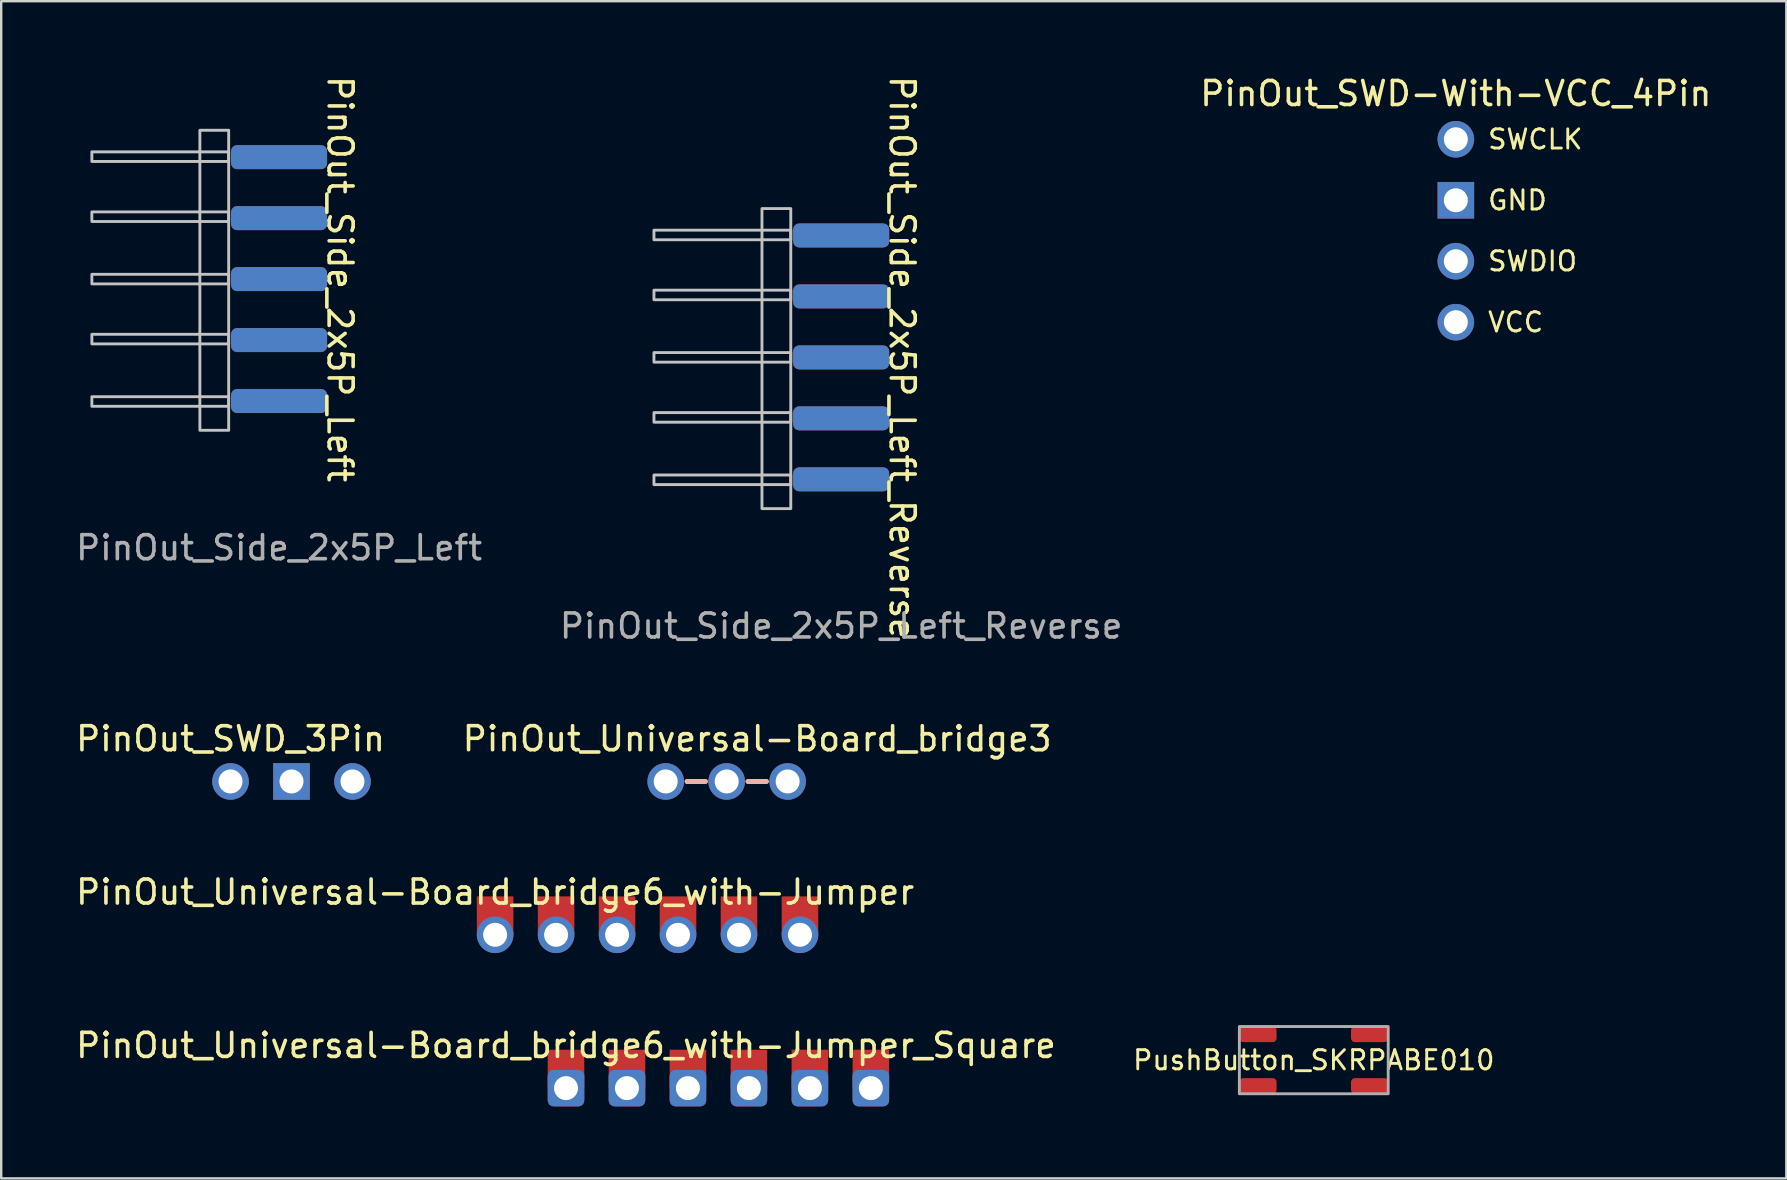
<source format=kicad_pcb>
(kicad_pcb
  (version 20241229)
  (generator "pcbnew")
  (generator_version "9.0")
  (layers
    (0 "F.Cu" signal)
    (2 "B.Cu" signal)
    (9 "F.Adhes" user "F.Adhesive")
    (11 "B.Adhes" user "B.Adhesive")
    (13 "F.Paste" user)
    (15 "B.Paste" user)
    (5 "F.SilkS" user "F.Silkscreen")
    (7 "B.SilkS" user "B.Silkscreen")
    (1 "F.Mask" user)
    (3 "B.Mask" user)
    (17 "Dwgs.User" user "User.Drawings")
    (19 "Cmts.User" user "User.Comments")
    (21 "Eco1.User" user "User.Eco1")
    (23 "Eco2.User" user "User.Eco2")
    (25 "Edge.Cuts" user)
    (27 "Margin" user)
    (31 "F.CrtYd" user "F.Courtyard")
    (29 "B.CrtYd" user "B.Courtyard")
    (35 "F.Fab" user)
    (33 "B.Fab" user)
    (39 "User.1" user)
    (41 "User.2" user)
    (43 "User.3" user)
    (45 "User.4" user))
  (footprint "PushButton_SKRPABE010"
    (layer "F.Cu")
    (at 51.683 41.116)
    (property "Reference" "PushButton_SKRPABE010" (at 0 0 0) (layer "F.SilkS") (effects (font (size 0.8 0.8) (thickness 0.12))))
    (attr smd)
    (fp_rect (start -3.1 -1.4) (end 3.1 1.4) (stroke (width 0.12) (type solid)) (fill no) (layer "F.Fab"))
    (pad "1" smd roundrect (at -2.325 -1.075) (size 1.55 0.65) (layers "F.Cu" "F.Mask" "F.Paste") (roundrect_rratio 0.25))
    (pad "1" smd roundrect (at 2.325 -1.075) (size 1.55 0.65) (layers "F.Cu" "F.Mask" "F.Paste") (roundrect_rratio 0.25))
    (pad "2" smd roundrect (at -2.325 1.075) (size 1.55 0.65) (layers "F.Cu" "F.Mask" "F.Paste") (roundrect_rratio 0.25))
    (pad "2" smd roundrect (at 2.325 1.075) (size 1.55 0.65) (layers "F.Cu" "F.Mask" "F.Paste") (roundrect_rratio 0.25)))
  (footprint "PinOut_Side_2x5P_Left"
    (layer "F.Cu")
    (at 8.577 8.577)
    (property "Reference" "PinOut_Side_2x5P_Left" (at 2.54 0 270) (unlocked yes) (layer "F.SilkS") (effects (font (size 1 1) (thickness 0.15))))
    (attr smd)
    (fp_rect (start -7.8 -5.3) (end -2.1 -4.9) (stroke (width 0.12) (type solid)) (fill no) (layer "Dwgs.User"))
    (fp_rect (start -7.8 -2.8) (end -2.1 -2.4) (stroke (width 0.12) (type solid)) (fill no) (layer "Dwgs.User"))
    (fp_rect (start -7.8 -0.2) (end -2.1 0.2) (stroke (width 0.12) (type solid)) (fill no) (layer "Dwgs.User"))
    (fp_rect (start -7.8 2.3) (end -2.1 2.7) (stroke (width 0.12) (type solid)) (fill no) (layer "Dwgs.User"))
    (fp_rect (start -7.8 4.9) (end -2.1 5.3) (stroke (width 0.12) (type solid)) (fill no) (layer "Dwgs.User"))
    (fp_rect (start -3.3 -6.2) (end -2.1 6.3) (stroke (width 0.12) (type solid)) (fill no) (layer "Dwgs.User"))
    (fp_text user "${REFERENCE}" (at 0 11.192 0) (unlocked yes) (layer "F.Fab") (effects (font (size 1 1) (thickness 0.15))))
    (pad "1" smd roundrect (at 0 -5.08) (size 4 1) (layers "B.Cu" "B.Mask" "B.Paste") (roundrect_rratio 0.25))
    (pad "2" smd roundrect (at 0 -5.08) (size 4 1) (layers "F.Cu" "F.Mask" "F.Paste") (roundrect_rratio 0.25))
    (pad "3" smd roundrect (at 0 -2.54) (size 4 1) (layers "B.Cu" "B.Mask" "B.Paste") (roundrect_rratio 0.25))
    (pad "4" smd roundrect (at 0 -2.54) (size 4 1) (layers "F.Cu" "F.Mask" "F.Paste") (roundrect_rratio 0.25))
    (pad "5" smd roundrect (at 0 0) (size 4 1) (layers "B.Cu" "B.Mask" "B.Paste") (roundrect_rratio 0.25))
    (pad "6" smd roundrect (at 0 0) (size 4 1) (layers "F.Cu" "F.Mask" "F.Paste") (roundrect_rratio 0.25))
    (pad "7" smd roundrect (at 0 2.54) (size 4 1) (layers "B.Cu" "B.Mask" "B.Paste") (roundrect_rratio 0.25))
    (pad "8" smd roundrect (at 0 2.54) (size 4 1) (layers "F.Cu" "F.Mask" "F.Paste") (roundrect_rratio 0.25))
    (pad "9" smd roundrect (at 0 5.08) (size 4 1) (layers "B.Cu" "B.Mask" "B.Paste") (roundrect_rratio 0.25))
    (pad "10" smd roundrect (at 0 5.08) (size 4 1) (layers "F.Cu" "F.Mask" "F.Paste") (roundrect_rratio 0.25)))
  (footprint "PinOut_SWD_3Pin"
    (layer "F.Cu")
    (at 6.554 29.506)
    (property "Reference" "PinOut_SWD_3Pin" (at 0 -1.778 0) (layer "F.SilkS") (effects (font (size 1 1) (thickness 0.15))))
    (attr through_hole)
    (pad "1" thru_hole circle (at 0 0) (size 1.524 1.524) (drill 1) (layers "*.Cu" "*.Mask"))
    (pad "2" thru_hole rect (at 2.54 0) (size 1.524 1.524) (drill 1) (layers "*.Cu" "*.Mask"))
    (pad "3" thru_hole circle (at 5.08 0) (size 1.524 1.524) (drill 1) (layers "*.Cu" "*.Mask")))
  (footprint "PinOut_SWD-With-VCC_4Pin"
    (layer "F.Cu")
    (at 57.601 2.753)
    (property "Reference" "PinOut_SWD-With-VCC_4Pin" (at 0 -1.905 180) (layer "F.SilkS") (effects (font (size 1 1) (thickness 0.15))))
    (attr through_hole)
    (fp_text user "SWCLK" (at 1.27 0 0) (unlocked yes) (layer "F.SilkS") (effects (font (size 0.8 0.8) (thickness 0.12)) (justify left)))
    (fp_text user "GND" (at 1.27 2.54 0) (unlocked yes) (layer "F.SilkS") (effects (font (size 0.8 0.8) (thickness 0.12)) (justify left)))
    (fp_text user "VCC" (at 1.27 7.62 0) (unlocked yes) (layer "F.SilkS") (effects (font (size 0.8 0.8) (thickness 0.12)) (justify left)))
    (fp_text user "SWDIO" (at 1.27 5.08 0) (unlocked yes) (layer "F.SilkS") (effects (font (size 0.8 0.8) (thickness 0.12)) (justify left)))
    (pad "1" thru_hole circle (at 0 0 270) (size 1.524 1.524) (drill 1) (layers "*.Cu" "*.Mask"))
    (pad "2" thru_hole rect (at 0 2.54 270) (size 1.524 1.524) (drill 1) (layers "*.Cu" "*.Mask"))
    (pad "3" thru_hole circle (at 0 5.08 270) (size 1.524 1.524) (drill 1) (layers "*.Cu" "*.Mask"))
    (pad "4" thru_hole circle (at 0 7.62 270) (size 1.524 1.524) (drill 1) (layers "*.Cu" "*.Mask")))
  (footprint "PinOut_Universal-Board_bridge6_with-Jumper_Square"
    (layer "F.Cu")
    (at 20.53 42.282)
    (property "Reference" "PinOut_Universal-Board_bridge6_with-Jumper_Square" (at 0 -1.778 0) (layer "F.SilkS") (effects (font (size 1 1) (thickness 0.15))))
    (attr through_hole)
    (pad "1" smd rect (at 0 -0.8) (size 1.524 1.6) (layers "F.Cu" "F.Mask" "F.Paste"))
    (pad "1" thru_hole roundrect (at 0 0) (size 1.524 1.524) (drill 1) (layers "*.Cu" "*.Mask") (roundrect_rratio 0.164))
    (pad "2" smd rect (at 2.54 -0.8) (size 1.524 1.6) (layers "F.Cu" "F.Mask" "F.Paste"))
    (pad "2" thru_hole roundrect (at 2.54 0) (size 1.524 1.524) (drill 1) (layers "*.Cu" "*.Mask") (roundrect_rratio 0.164))
    (pad "3" smd rect (at 5.08 -0.8) (size 1.524 1.6) (layers "F.Cu" "F.Mask" "F.Paste"))
    (pad "3" thru_hole roundrect (at 5.08 0) (size 1.524 1.524) (drill 1) (layers "*.Cu" "*.Mask") (roundrect_rratio 0.164))
    (pad "4" smd rect (at 7.62 -0.8) (size 1.524 1.6) (layers "F.Cu" "F.Mask" "F.Paste"))
    (pad "4" thru_hole roundrect (at 7.62 0) (size 1.524 1.524) (drill 1) (layers "*.Cu" "*.Mask") (roundrect_rratio 0.164))
    (pad "5" smd rect (at 10.16 -0.8) (size 1.524 1.6) (layers "F.Cu" "F.Mask" "F.Paste"))
    (pad "5" thru_hole roundrect (at 10.16 0) (size 1.524 1.524) (drill 1) (layers "*.Cu" "*.Mask") (roundrect_rratio 0.164))
    (pad "6" smd rect (at 12.7 -0.8) (size 1.524 1.6) (layers "F.Cu" "F.Mask" "F.Paste"))
    (pad "6" thru_hole roundrect (at 12.7 0) (size 1.524 1.524) (drill 1) (layers "*.Cu" "*.Mask") (roundrect_rratio 0.164)))
  (footprint "PinOut_Side_2x5P_Left_Reverse"
    (layer "F.Cu")
    (at 31.994 11.839)
    (property "Reference" "PinOut_Side_2x5P_Left_Reverse" (at 2.54 0 270) (unlocked yes) (layer "F.SilkS") (effects (font (size 1 1) (thickness 0.15))))
    (attr smd)
    (fp_rect (start -7.8 -5.3) (end -2.1 -4.9) (stroke (width 0.12) (type solid)) (fill no) (layer "Dwgs.User"))
    (fp_rect (start -7.8 -2.8) (end -2.1 -2.4) (stroke (width 0.12) (type solid)) (fill no) (layer "Dwgs.User"))
    (fp_rect (start -7.8 -0.2) (end -2.1 0.2) (stroke (width 0.12) (type solid)) (fill no) (layer "Dwgs.User"))
    (fp_rect (start -7.8 2.3) (end -2.1 2.7) (stroke (width 0.12) (type solid)) (fill no) (layer "Dwgs.User"))
    (fp_rect (start -7.8 4.9) (end -2.1 5.3) (stroke (width 0.12) (type solid)) (fill no) (layer "Dwgs.User"))
    (fp_rect (start -3.3 -6.2) (end -2.1 6.3) (stroke (width 0.12) (type solid)) (fill no) (layer "Dwgs.User"))
    (fp_text user "${REFERENCE}" (at 0 11.192 0) (unlocked yes) (layer "F.Fab") (effects (font (size 1 1) (thickness 0.15))))
    (pad "1" smd roundrect (at 0 -5.08) (size 4 1) (layers "F.Cu" "F.Mask" "F.Paste") (roundrect_rratio 0.25))
    (pad "2" smd roundrect (at 0 -5.08) (size 4 1) (layers "B.Cu" "B.Mask" "B.Paste") (roundrect_rratio 0.25))
    (pad "3" smd roundrect (at 0 -2.54) (size 4 1) (layers "F.Cu" "F.Mask" "F.Paste") (roundrect_rratio 0.25))
    (pad "4" smd roundrect (at 0 -2.54) (size 4 1) (layers "B.Cu" "B.Mask" "B.Paste") (roundrect_rratio 0.25))
    (pad "5" smd roundrect (at 0 0) (size 4 1) (layers "F.Cu" "F.Mask" "F.Paste") (roundrect_rratio 0.25))
    (pad "6" smd roundrect (at 0 0) (size 4 1) (layers "B.Cu" "B.Mask" "B.Paste") (roundrect_rratio 0.25))
    (pad "7" smd roundrect (at 0 2.54) (size 4 1) (layers "F.Cu" "F.Mask" "F.Paste") (roundrect_rratio 0.25))
    (pad "8" smd roundrect (at 0 2.54) (size 4 1) (layers "B.Cu" "B.Mask" "B.Paste") (roundrect_rratio 0.25))
    (pad "9" smd roundrect (at 0 5.08) (size 4 1) (layers "F.Cu" "F.Mask" "F.Paste") (roundrect_rratio 0.25))
    (pad "10" smd roundrect (at 0 5.08) (size 4 1) (layers "B.Cu" "B.Mask" "B.Paste") (roundrect_rratio 0.25)))
  (footprint "PinOut_Universal-Board_bridge3"
    (layer "F.Cu")
    (at 27.224 29.506)
    (property "Reference" "PinOut_Universal-Board_bridge3" (at 1.27 -1.778 0) (layer "F.SilkS") (effects (font (size 1 1) (thickness 0.15))))
    (attr through_hole)
    (fp_line (start -1.651 0) (end -0.889 0) (stroke (width 0.2) (type default)) (layer "F.SilkS"))
    (fp_line (start 0.889 0) (end 1.651 0) (stroke (width 0.2) (type default)) (layer "F.SilkS"))
    (fp_line (start -1.651 0) (end -0.889 0) (stroke (width 0.2) (type default)) (layer "B.SilkS"))
    (fp_line (start 0.889 0) (end 1.651 0) (stroke (width 0.2) (type default)) (layer "B.SilkS"))
    (pad "1" thru_hole circle (at -2.54 0) (size 1.524 1.524) (drill 1) (layers "*.Cu" "*.Mask"))
    (pad "2" thru_hole circle (at 0 0) (size 1.524 1.524) (drill 1) (layers "*.Cu" "*.Mask"))
    (pad "3" thru_hole circle (at 2.54 0) (size 1.524 1.524) (drill 1) (layers "*.Cu" "*.Mask")))
  (footprint "PinOut_Universal-Board_bridge6_with-Jumper"
    (layer "F.Cu")
    (at 17.577 35.894)
    (property "Reference" "PinOut_Universal-Board_bridge6_with-Jumper" (at 0 -1.778 0) (layer "F.SilkS") (effects (font (size 1 1) (thickness 0.15))))
    (attr through_hole)
    (pad "1" smd rect (at 0 -0.8) (size 1.524 1.6) (layers "F.Cu" "F.Mask" "F.Paste"))
    (pad "1" thru_hole circle (at 0 0) (size 1.524 1.524) (drill 1) (layers "*.Cu" "*.Mask"))
    (pad "2" smd rect (at 2.54 -0.8) (size 1.524 1.6) (layers "F.Cu" "F.Mask" "F.Paste"))
    (pad "2" thru_hole circle (at 2.54 0) (size 1.524 1.524) (drill 1) (layers "*.Cu" "*.Mask"))
    (pad "3" smd rect (at 5.08 -0.8) (size 1.524 1.6) (layers "F.Cu" "F.Mask" "F.Paste"))
    (pad "3" thru_hole circle (at 5.08 0) (size 1.524 1.524) (drill 1) (layers "*.Cu" "*.Mask"))
    (pad "4" smd rect (at 7.62 -0.8) (size 1.524 1.6) (layers "F.Cu" "F.Mask" "F.Paste"))
    (pad "4" thru_hole circle (at 7.62 0) (size 1.524 1.524) (drill 1) (layers "*.Cu" "*.Mask"))
    (pad "5" smd rect (at 10.16 -0.8) (size 1.524 1.6) (layers "F.Cu" "F.Mask" "F.Paste"))
    (pad "5" thru_hole circle (at 10.16 0) (size 1.524 1.524) (drill 1) (layers "*.Cu" "*.Mask"))
    (pad "6" smd rect (at 12.7 -0.8) (size 1.524 1.6) (layers "F.Cu" "F.Mask" "F.Paste"))
    (pad "6" thru_hole circle (at 12.7 0) (size 1.524 1.524) (drill 1) (layers "*.Cu" "*.Mask")))
  (gr_rect
    (start -3 -3)
    (end 71.369 46.044)
    (stroke (width 0.1) (type default))
    (fill no)
    (layer "Edge.Cuts")))
</source>
